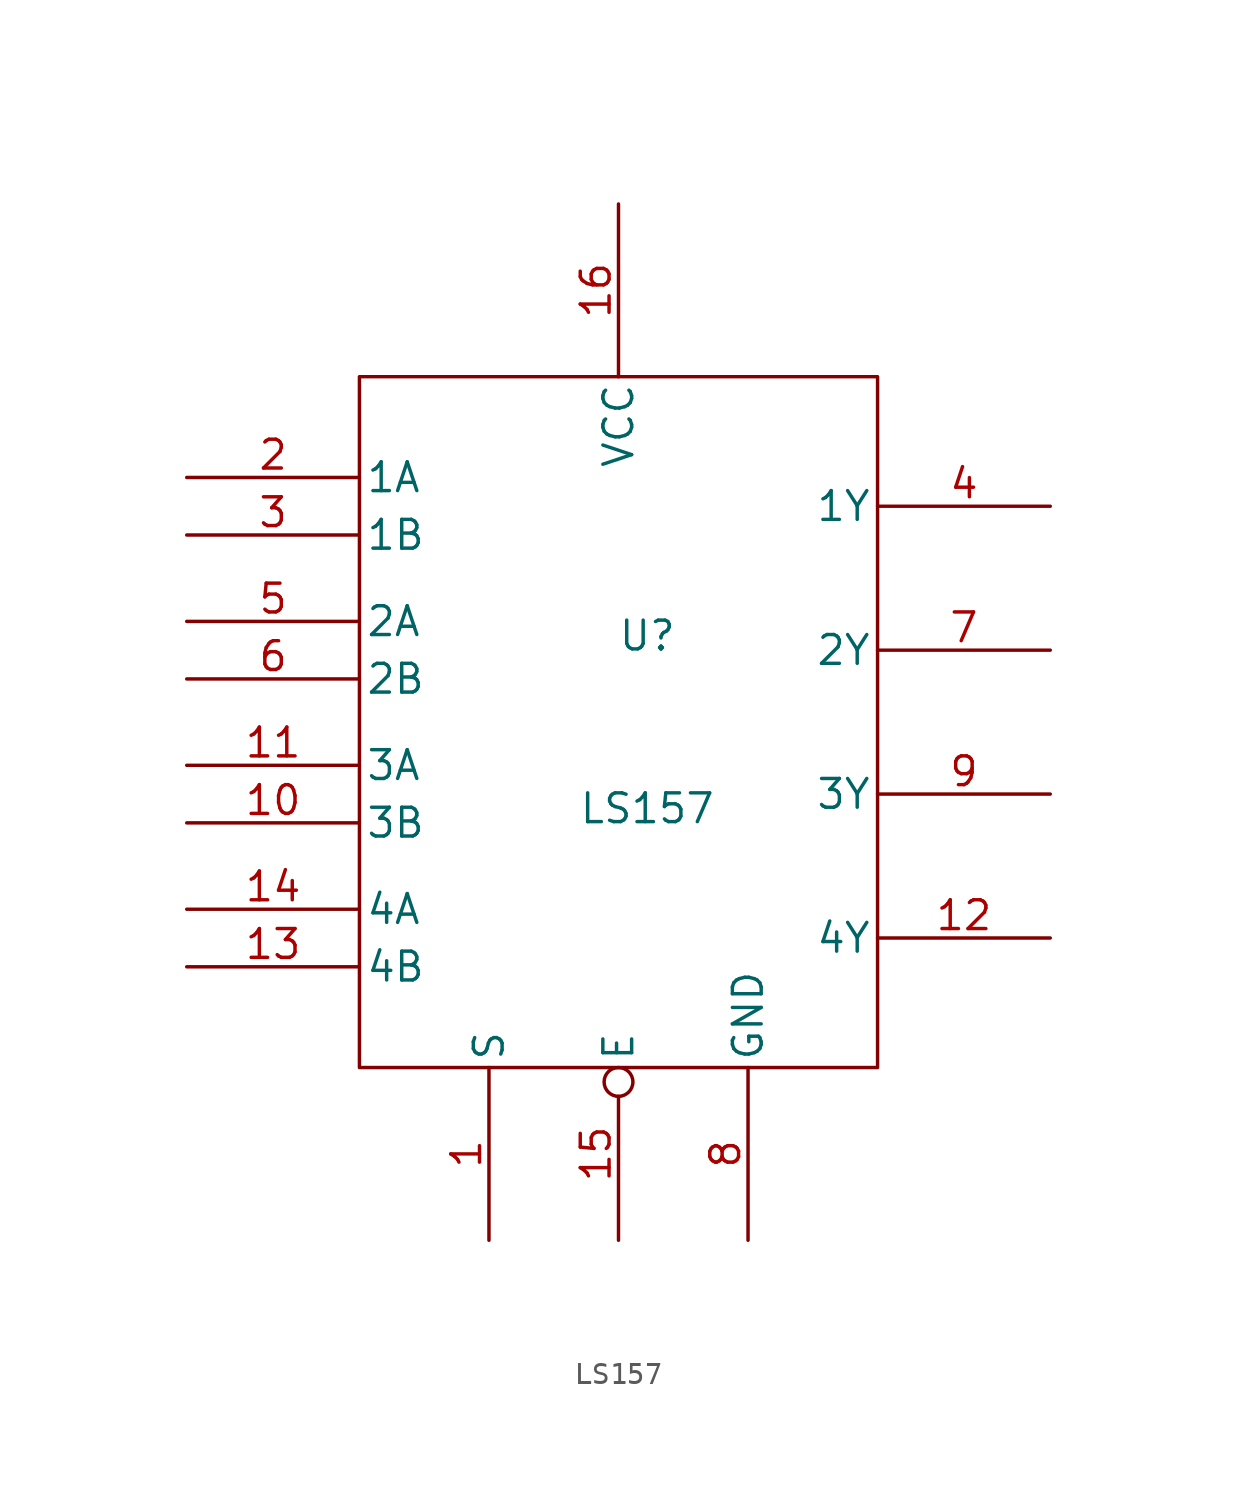
<source format=kicad_sym>
(kicad_symbol_lib
  (version 20211014)
  (generator kicad_symbol_editor)
  (symbol "LS157"
    (pin_names
      (offset 0.254))
    (property "Reference" "U"
      (at 1.27 3.81 0)
      (effects (font (size 1.27 1.27))))
    (property "Value" "LS157"
      (at 1.27 -3.81 0)
      (effects (font (size 1.27 1.27))))
    (symbol "LS157_0_0"
      (pin power_in line (at 5.715 -22.86 90) (length 7.62) (name "GND" (effects (font (size 1.27 1.27)))) (number "8" (effects (font (size 1.27 1.27))))))
    (symbol "LS157_0_1"
      (rectangle (start -11.43 15.24) (end 11.43 -15.24) (stroke (width 0) (type default) (color 0 0 0 0)) (fill (type none))))
    (symbol "LS157_1_0"
      (pin power_in line (at 0 22.86 270) (length 7.62) (name "VCC" (effects (font (size 1.27 1.27)))) (number "16" (effects (font (size 1.27 1.27))))))
    (symbol "LS157_1_1"
      (pin input line (at -5.715 -22.86 90) (length 7.62) (name "S" (effects (font (size 1.27 1.27)))) (number "1" (effects (font (size 1.27 1.27)))))
      (pin input line (at -19.05 -4.445 0) (length 7.62) (name "3B" (effects (font (size 1.27 1.27)))) (number "10" (effects (font (size 1.27 1.27)))))
      (pin input line (at -19.05 -1.905 0) (length 7.62) (name "3A" (effects (font (size 1.27 1.27)))) (number "11" (effects (font (size 1.27 1.27)))))
      (pin output line (at 19.05 -9.525 180) (length 7.62) (name "4Y" (effects (font (size 1.27 1.27)))) (number "12" (effects (font (size 1.27 1.27)))))
      (pin input line (at -19.05 -10.795 0) (length 7.62) (name "4B" (effects (font (size 1.27 1.27)))) (number "13" (effects (font (size 1.27 1.27)))))
      (pin input line (at -19.05 -8.255 0) (length 7.62) (name "4A" (effects (font (size 1.27 1.27)))) (number "14" (effects (font (size 1.27 1.27)))))
      (pin input inverted (at 0 -22.86 90) (length 7.62) (name "E" (effects (font (size 1.27 1.27)))) (number "15" (effects (font (size 1.27 1.27)))))
      (pin input line (at -19.05 10.795 0) (length 7.62) (name "1A" (effects (font (size 1.27 1.27)))) (number "2" (effects (font (size 1.27 1.27)))))
      (pin input line (at -19.05 8.255 0) (length 7.62) (name "1B" (effects (font (size 1.27 1.27)))) (number "3" (effects (font (size 1.27 1.27)))))
      (pin output line (at 19.05 9.525 180) (length 7.62) (name "1Y" (effects (font (size 1.27 1.27)))) (number "4" (effects (font (size 1.27 1.27)))))
      (pin input line (at -19.05 4.445 0) (length 7.62) (name "2A" (effects (font (size 1.27 1.27)))) (number "5" (effects (font (size 1.27 1.27)))))
      (pin input line (at -19.05 1.905 0) (length 7.62) (name "2B" (effects (font (size 1.27 1.27)))) (number "6" (effects (font (size 1.27 1.27)))))
      (pin output line (at 19.05 3.175 180) (length 7.62) (name "2Y" (effects (font (size 1.27 1.27)))) (number "7" (effects (font (size 1.27 1.27)))))
      (pin output line (at 19.05 -3.175 180) (length 7.62) (name "3Y" (effects (font (size 1.27 1.27)))) (number "9" (effects (font (size 1.27 1.27))))))))
</source>
